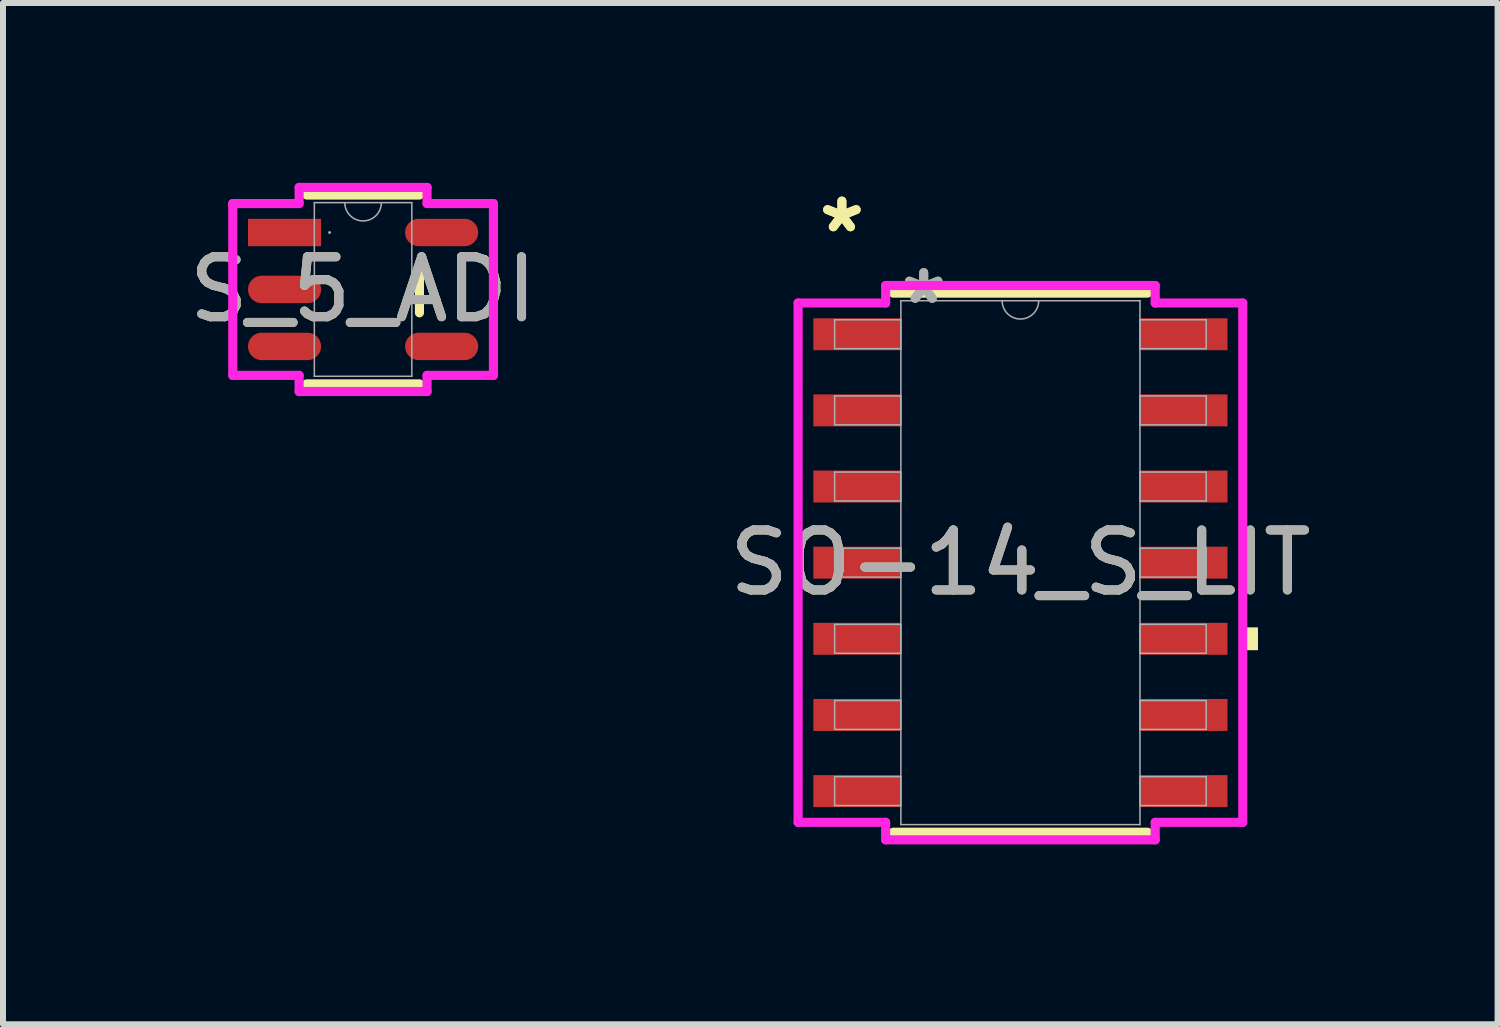
<source format=kicad_pcb>
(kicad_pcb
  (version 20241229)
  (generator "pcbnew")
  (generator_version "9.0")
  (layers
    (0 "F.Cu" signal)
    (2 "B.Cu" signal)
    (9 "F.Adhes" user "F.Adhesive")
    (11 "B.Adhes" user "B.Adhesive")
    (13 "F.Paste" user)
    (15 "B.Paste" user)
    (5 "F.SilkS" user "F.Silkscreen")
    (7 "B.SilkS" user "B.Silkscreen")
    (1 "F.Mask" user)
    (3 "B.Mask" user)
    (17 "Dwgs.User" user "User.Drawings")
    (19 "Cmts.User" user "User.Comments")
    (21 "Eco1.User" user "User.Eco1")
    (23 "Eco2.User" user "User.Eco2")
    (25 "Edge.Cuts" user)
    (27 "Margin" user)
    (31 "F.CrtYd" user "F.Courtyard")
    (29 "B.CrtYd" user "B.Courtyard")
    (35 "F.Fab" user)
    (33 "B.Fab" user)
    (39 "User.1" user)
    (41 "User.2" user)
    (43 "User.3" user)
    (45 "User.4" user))
  (footprint "SO-14_S_LIT"
    (layer "F.Cu")
    (at 13.97 6.335)
    (property "Reference" "SO-14_S_LIT" (at 0 0 0) (unlocked yes) (layer "F.SilkS") (effects (font (size 1 1) (thickness 0.15))))
    (attr smd)
    (fp_line (start -2.121 4.496) (end 2.121 4.496) (stroke (width 0.152) (type solid)) (layer "F.SilkS"))
    (fp_line (start 2.121 -4.496) (end -2.121 -4.496) (stroke (width 0.152) (type solid)) (layer "F.SilkS"))
    (fp_poly (pts (xy 3.962 1.079) (xy 3.962 1.46) (xy 3.708 1.46) (xy 3.708 1.079)) (stroke (width 0) (type solid)) (fill yes) (layer "F.SilkS"))
    (fp_line (start -3.708 -4.331) (end -2.248 -4.331) (stroke (width 0.152) (type solid)) (layer "F.CrtYd"))
    (fp_line (start -3.708 4.331) (end -3.708 -4.331) (stroke (width 0.152) (type solid)) (layer "F.CrtYd"))
    (fp_line (start -3.708 4.331) (end -2.248 4.331) (stroke (width 0.152) (type solid)) (layer "F.CrtYd"))
    (fp_line (start -2.248 -4.623) (end 2.248 -4.623) (stroke (width 0.152) (type solid)) (layer "F.CrtYd"))
    (fp_line (start -2.248 -4.331) (end -2.248 -4.623) (stroke (width 0.152) (type solid)) (layer "F.CrtYd"))
    (fp_line (start -2.248 4.623) (end -2.248 4.331) (stroke (width 0.152) (type solid)) (layer "F.CrtYd"))
    (fp_line (start 2.248 -4.623) (end 2.248 -4.331) (stroke (width 0.152) (type solid)) (layer "F.CrtYd"))
    (fp_line (start 2.248 4.331) (end 2.248 4.623) (stroke (width 0.152) (type solid)) (layer "F.CrtYd"))
    (fp_line (start 2.248 4.623) (end -2.248 4.623) (stroke (width 0.152) (type solid)) (layer "F.CrtYd"))
    (fp_line (start 3.708 -4.331) (end 2.248 -4.331) (stroke (width 0.152) (type solid)) (layer "F.CrtYd"))
    (fp_line (start 3.708 -4.331) (end 3.708 4.331) (stroke (width 0.152) (type solid)) (layer "F.CrtYd"))
    (fp_line (start 3.708 4.331) (end 2.248 4.331) (stroke (width 0.152) (type solid)) (layer "F.CrtYd"))
    (fp_line (start -3.099 -4.051) (end -3.099 -3.569) (stroke (width 0.025) (type solid)) (layer "F.Fab"))
    (fp_line (start -3.099 -3.569) (end -1.994 -3.569) (stroke (width 0.025) (type solid)) (layer "F.Fab"))
    (fp_line (start -3.099 -2.781) (end -3.099 -2.299) (stroke (width 0.025) (type solid)) (layer "F.Fab"))
    (fp_line (start -3.099 -2.299) (end -1.994 -2.299) (stroke (width 0.025) (type solid)) (layer "F.Fab"))
    (fp_line (start -3.099 -1.511) (end -3.099 -1.029) (stroke (width 0.025) (type solid)) (layer "F.Fab"))
    (fp_line (start -3.099 -1.029) (end -1.994 -1.029) (stroke (width 0.025) (type solid)) (layer "F.Fab"))
    (fp_line (start -3.099 -0.241) (end -3.099 0.241) (stroke (width 0.025) (type solid)) (layer "F.Fab"))
    (fp_line (start -3.099 0.241) (end -1.994 0.241) (stroke (width 0.025) (type solid)) (layer "F.Fab"))
    (fp_line (start -3.099 1.029) (end -3.099 1.511) (stroke (width 0.025) (type solid)) (layer "F.Fab"))
    (fp_line (start -3.099 1.511) (end -1.994 1.511) (stroke (width 0.025) (type solid)) (layer "F.Fab"))
    (fp_line (start -3.099 2.299) (end -3.099 2.781) (stroke (width 0.025) (type solid)) (layer "F.Fab"))
    (fp_line (start -3.099 2.781) (end -1.994 2.781) (stroke (width 0.025) (type solid)) (layer "F.Fab"))
    (fp_line (start -3.099 3.569) (end -3.099 4.051) (stroke (width 0.025) (type solid)) (layer "F.Fab"))
    (fp_line (start -3.099 4.051) (end -1.994 4.051) (stroke (width 0.025) (type solid)) (layer "F.Fab"))
    (fp_line (start -1.994 -4.369) (end -1.994 4.369) (stroke (width 0.025) (type solid)) (layer "F.Fab"))
    (fp_line (start -1.994 -4.051) (end -3.099 -4.051) (stroke (width 0.025) (type solid)) (layer "F.Fab"))
    (fp_line (start -1.994 -3.569) (end -1.994 -4.051) (stroke (width 0.025) (type solid)) (layer "F.Fab"))
    (fp_line (start -1.994 -2.781) (end -3.099 -2.781) (stroke (width 0.025) (type solid)) (layer "F.Fab"))
    (fp_line (start -1.994 -2.299) (end -1.994 -2.781) (stroke (width 0.025) (type solid)) (layer "F.Fab"))
    (fp_line (start -1.994 -1.511) (end -3.099 -1.511) (stroke (width 0.025) (type solid)) (layer "F.Fab"))
    (fp_line (start -1.994 -1.029) (end -1.994 -1.511) (stroke (width 0.025) (type solid)) (layer "F.Fab"))
    (fp_line (start -1.994 -0.241) (end -3.099 -0.241) (stroke (width 0.025) (type solid)) (layer "F.Fab"))
    (fp_line (start -1.994 0.241) (end -1.994 -0.241) (stroke (width 0.025) (type solid)) (layer "F.Fab"))
    (fp_line (start -1.994 1.029) (end -3.099 1.029) (stroke (width 0.025) (type solid)) (layer "F.Fab"))
    (fp_line (start -1.994 1.511) (end -1.994 1.029) (stroke (width 0.025) (type solid)) (layer "F.Fab"))
    (fp_line (start -1.994 2.299) (end -3.099 2.299) (stroke (width 0.025) (type solid)) (layer "F.Fab"))
    (fp_line (start -1.994 2.781) (end -1.994 2.299) (stroke (width 0.025) (type solid)) (layer "F.Fab"))
    (fp_line (start -1.994 3.569) (end -3.099 3.569) (stroke (width 0.025) (type solid)) (layer "F.Fab"))
    (fp_line (start -1.994 4.051) (end -1.994 3.569) (stroke (width 0.025) (type solid)) (layer "F.Fab"))
    (fp_line (start -1.994 4.369) (end 1.994 4.369) (stroke (width 0.025) (type solid)) (layer "F.Fab"))
    (fp_line (start 1.994 -4.369) (end -1.994 -4.369) (stroke (width 0.025) (type solid)) (layer "F.Fab"))
    (fp_line (start 1.994 -4.051) (end 1.994 -3.569) (stroke (width 0.025) (type solid)) (layer "F.Fab"))
    (fp_line (start 1.994 -3.569) (end 3.099 -3.569) (stroke (width 0.025) (type solid)) (layer "F.Fab"))
    (fp_line (start 1.994 -2.781) (end 1.994 -2.299) (stroke (width 0.025) (type solid)) (layer "F.Fab"))
    (fp_line (start 1.994 -2.299) (end 3.099 -2.299) (stroke (width 0.025) (type solid)) (layer "F.Fab"))
    (fp_line (start 1.994 -1.511) (end 1.994 -1.029) (stroke (width 0.025) (type solid)) (layer "F.Fab"))
    (fp_line (start 1.994 -1.029) (end 3.099 -1.029) (stroke (width 0.025) (type solid)) (layer "F.Fab"))
    (fp_line (start 1.994 -0.241) (end 1.994 0.241) (stroke (width 0.025) (type solid)) (layer "F.Fab"))
    (fp_line (start 1.994 0.241) (end 3.099 0.241) (stroke (width 0.025) (type solid)) (layer "F.Fab"))
    (fp_line (start 1.994 1.029) (end 1.994 1.511) (stroke (width 0.025) (type solid)) (layer "F.Fab"))
    (fp_line (start 1.994 1.511) (end 3.099 1.511) (stroke (width 0.025) (type solid)) (layer "F.Fab"))
    (fp_line (start 1.994 2.299) (end 1.994 2.781) (stroke (width 0.025) (type solid)) (layer "F.Fab"))
    (fp_line (start 1.994 2.781) (end 3.099 2.781) (stroke (width 0.025) (type solid)) (layer "F.Fab"))
    (fp_line (start 1.994 3.569) (end 1.994 4.051) (stroke (width 0.025) (type solid)) (layer "F.Fab"))
    (fp_line (start 1.994 4.051) (end 3.099 4.051) (stroke (width 0.025) (type solid)) (layer "F.Fab"))
    (fp_line (start 1.994 4.369) (end 1.994 -4.369) (stroke (width 0.025) (type solid)) (layer "F.Fab"))
    (fp_line (start 3.099 -4.051) (end 1.994 -4.051) (stroke (width 0.025) (type solid)) (layer "F.Fab"))
    (fp_line (start 3.099 -3.569) (end 3.099 -4.051) (stroke (width 0.025) (type solid)) (layer "F.Fab"))
    (fp_line (start 3.099 -2.781) (end 1.994 -2.781) (stroke (width 0.025) (type solid)) (layer "F.Fab"))
    (fp_line (start 3.099 -2.299) (end 3.099 -2.781) (stroke (width 0.025) (type solid)) (layer "F.Fab"))
    (fp_line (start 3.099 -1.511) (end 1.994 -1.511) (stroke (width 0.025) (type solid)) (layer "F.Fab"))
    (fp_line (start 3.099 -1.029) (end 3.099 -1.511) (stroke (width 0.025) (type solid)) (layer "F.Fab"))
    (fp_line (start 3.099 -0.241) (end 1.994 -0.241) (stroke (width 0.025) (type solid)) (layer "F.Fab"))
    (fp_line (start 3.099 0.241) (end 3.099 -0.241) (stroke (width 0.025) (type solid)) (layer "F.Fab"))
    (fp_line (start 3.099 1.029) (end 1.994 1.029) (stroke (width 0.025) (type solid)) (layer "F.Fab"))
    (fp_line (start 3.099 1.511) (end 3.099 1.029) (stroke (width 0.025) (type solid)) (layer "F.Fab"))
    (fp_line (start 3.099 2.299) (end 1.994 2.299) (stroke (width 0.025) (type solid)) (layer "F.Fab"))
    (fp_line (start 3.099 2.781) (end 3.099 2.299) (stroke (width 0.025) (type solid)) (layer "F.Fab"))
    (fp_line (start 3.099 3.569) (end 1.994 3.569) (stroke (width 0.025) (type solid)) (layer "F.Fab"))
    (fp_line (start 3.099 4.051) (end 3.099 3.569) (stroke (width 0.025) (type solid)) (layer "F.Fab"))
    (fp_arc (start 0.3048 -4.3688) (mid 0 -4.064) (end -0.3048 -4.3688) (stroke (width 0.0254) (type solid)) (layer "F.Fab"))
    (fp_text user "*" (at -2.978 -5.486 0) (unlocked yes) (layer "F.SilkS") (effects (font (size 1 1) (thickness 0.15))))
    (fp_text user "*" (at -2.978 -5.486 0) (layer "F.SilkS") (effects (font (size 1 1) (thickness 0.15))))
    (fp_text user "*" (at -1.613 -4.293 0) (unlocked yes) (layer "F.Fab") (effects (font (size 1 1) (thickness 0.15))))
    (fp_text user "${REFERENCE}" (at 0 0 0) (unlocked yes) (layer "F.Fab") (effects (font (size 1 1) (thickness 0.15))))
    (fp_text user "*" (at -1.613 -4.293 0) (layer "F.Fab") (effects (font (size 1 1) (thickness 0.15))))
    (pad "1" smd rect (at -2.724 -3.81) (size 1.46 0.533) (layers "F.Cu" "F.Mask" "F.Paste"))
    (pad "2" smd rect (at -2.724 -2.54) (size 1.46 0.533) (layers "F.Cu" "F.Mask" "F.Paste"))
    (pad "3" smd rect (at -2.724 -1.27) (size 1.46 0.533) (layers "F.Cu" "F.Mask" "F.Paste"))
    (pad "4" smd rect (at -2.724 0) (size 1.46 0.533) (layers "F.Cu" "F.Mask" "F.Paste"))
    (pad "5" smd rect (at -2.724 1.27) (size 1.46 0.533) (layers "F.Cu" "F.Mask" "F.Paste"))
    (pad "6" smd rect (at -2.724 2.54) (size 1.46 0.533) (layers "F.Cu" "F.Mask" "F.Paste"))
    (pad "7" smd rect (at -2.724 3.81) (size 1.46 0.533) (layers "F.Cu" "F.Mask" "F.Paste"))
    (pad "8" smd rect (at 2.724 3.81) (size 1.46 0.533) (layers "F.Cu" "F.Mask" "F.Paste"))
    (pad "9" smd rect (at 2.724 2.54) (size 1.46 0.533) (layers "F.Cu" "F.Mask" "F.Paste"))
    (pad "10" smd rect (at 2.724 1.27) (size 1.46 0.533) (layers "F.Cu" "F.Mask" "F.Paste"))
    (pad "11" smd rect (at 2.724 0) (size 1.46 0.533) (layers "F.Cu" "F.Mask" "F.Paste"))
    (pad "12" smd rect (at 2.724 -1.27) (size 1.46 0.533) (layers "F.Cu" "F.Mask" "F.Paste"))
    (pad "13" smd rect (at 2.724 -2.54) (size 1.46 0.533) (layers "F.Cu" "F.Mask" "F.Paste"))
    (pad "14" smd rect (at 2.724 -3.81) (size 1.46 0.533) (layers "F.Cu" "F.Mask" "F.Paste")))
  (footprint "S_5_ADI"
    (layer "F.Cu")
    (at 3.006 1.778)
    (property "Reference" "S_5_ADI" (at 0 0 0) (unlocked yes) (layer "F.SilkS") (effects (font (size 1 1) (thickness 0.15))))
    (attr smd)
    (fp_line (start -0.94 1.575) (end 0.94 1.575) (stroke (width 0.152) (type solid)) (layer "F.SilkS"))
    (fp_line (start 0.94 -1.575) (end -0.94 -1.575) (stroke (width 0.152) (type solid)) (layer "F.SilkS"))
    (fp_line (start 0.94 0.389) (end 0.94 -0.389) (stroke (width 0.152) (type solid)) (layer "F.SilkS"))
    (fp_line (start -2.174 -1.433) (end -1.067 -1.433) (stroke (width 0.152) (type solid)) (layer "F.CrtYd"))
    (fp_line (start -2.174 1.433) (end -2.174 -1.433) (stroke (width 0.152) (type solid)) (layer "F.CrtYd"))
    (fp_line (start -2.174 1.433) (end -1.067 1.433) (stroke (width 0.152) (type solid)) (layer "F.CrtYd"))
    (fp_line (start -1.067 -1.702) (end 1.067 -1.702) (stroke (width 0.152) (type solid)) (layer "F.CrtYd"))
    (fp_line (start -1.067 -1.433) (end -1.067 -1.702) (stroke (width 0.152) (type solid)) (layer "F.CrtYd"))
    (fp_line (start -1.067 1.702) (end -1.067 1.433) (stroke (width 0.152) (type solid)) (layer "F.CrtYd"))
    (fp_line (start 1.067 -1.702) (end 1.067 -1.433) (stroke (width 0.152) (type solid)) (layer "F.CrtYd"))
    (fp_line (start 1.067 1.433) (end 1.067 1.702) (stroke (width 0.152) (type solid)) (layer "F.CrtYd"))
    (fp_line (start 1.067 1.702) (end -1.067 1.702) (stroke (width 0.152) (type solid)) (layer "F.CrtYd"))
    (fp_line (start 2.174 -1.433) (end 1.067 -1.433) (stroke (width 0.152) (type solid)) (layer "F.CrtYd"))
    (fp_line (start 2.174 -1.433) (end 2.174 1.433) (stroke (width 0.152) (type solid)) (layer "F.CrtYd"))
    (fp_line (start 2.174 1.433) (end 1.067 1.433) (stroke (width 0.152) (type solid)) (layer "F.CrtYd"))
    (fp_line (start -0.813 -1.448) (end -0.813 1.448) (stroke (width 0.025) (type solid)) (layer "F.Fab"))
    (fp_line (start -0.813 1.448) (end 0.813 1.448) (stroke (width 0.025) (type solid)) (layer "F.Fab"))
    (fp_line (start 0.813 -1.448) (end -0.813 -1.448) (stroke (width 0.025) (type solid)) (layer "F.Fab"))
    (fp_line (start 0.813 1.448) (end 0.813 -1.448) (stroke (width 0.025) (type solid)) (layer "F.Fab"))
    (fp_arc (start 0.3048 -1.4478) (mid 0 -1.143) (end -0.3048 -1.4478) (stroke (width 0.0254) (type solid)) (layer "F.Fab"))
    (fp_circle (center -0.559 -0.95) (end -0.559 -0.95) (stroke (width 0.025) (type solid)) (fill no) (layer "F.Fab"))
    (fp_text user "${REFERENCE}" (at 0 0 0) (unlocked yes) (layer "F.Fab") (effects (font (size 1 1) (thickness 0.15))))
    (pad "1" smd rect (at -1.31 -0.95) (size 1.219 0.457) (layers "F.Cu" "F.Mask" "F.Paste"))
    (pad "2" smd oval (at -1.31 0) (size 1.219 0.457) (layers "F.Cu" "F.Mask" "F.Paste"))
    (pad "3" smd oval (at -1.31 0.95) (size 1.219 0.457) (layers "F.Cu" "F.Mask" "F.Paste"))
    (pad "4" smd oval (at 1.31 0.95) (size 1.219 0.457) (layers "F.Cu" "F.Mask" "F.Paste"))
    (pad "5" smd oval (at 1.31 -0.95) (size 1.219 0.457) (layers "F.Cu" "F.Mask" "F.Paste")))
  (gr_rect
    (start -3 -3)
    (end 21.929 14.034)
    (stroke (width 0.1) (type default))
    (fill no)
    (layer "Edge.Cuts")))
</source>
